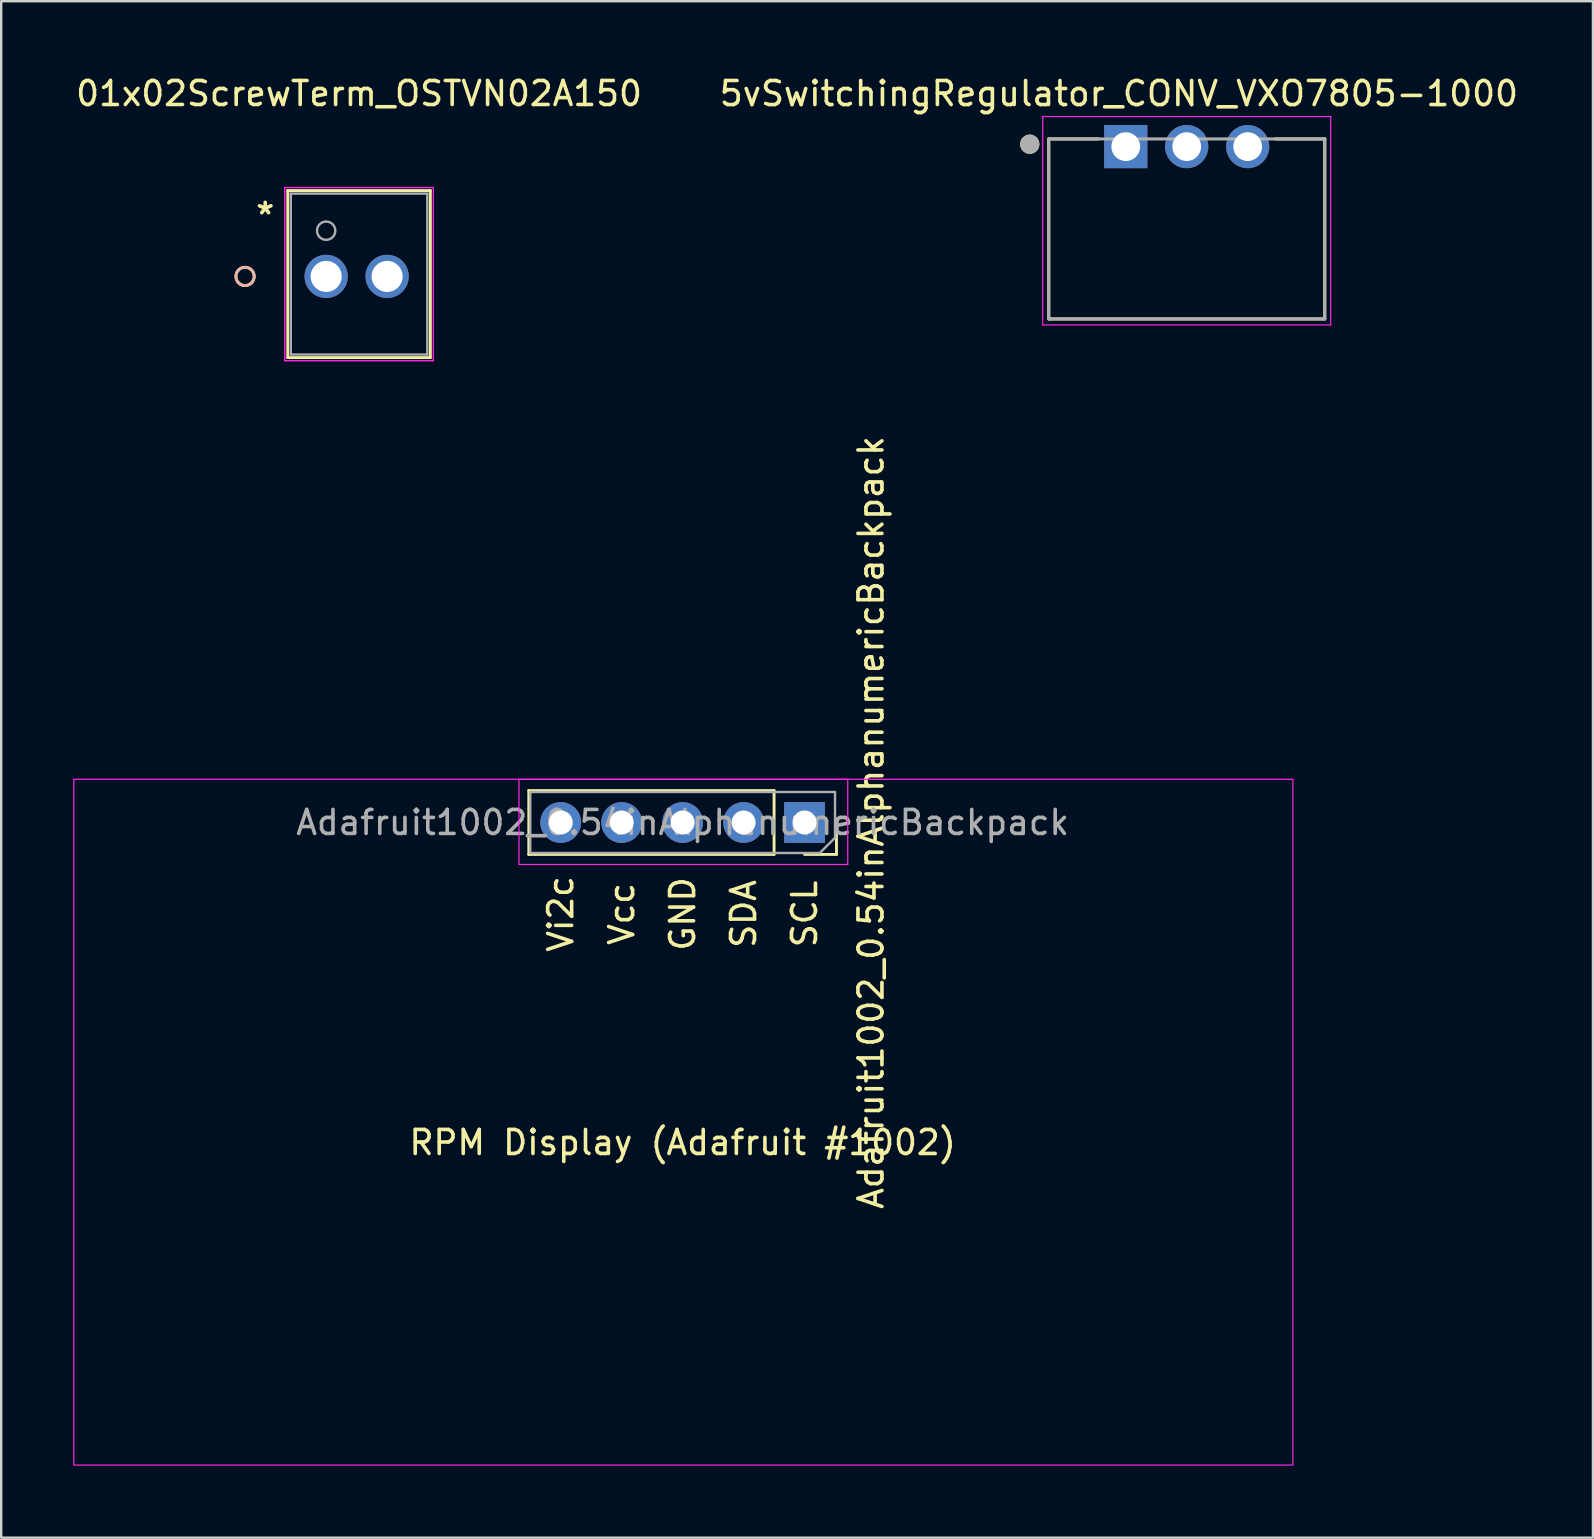
<source format=kicad_pcb>
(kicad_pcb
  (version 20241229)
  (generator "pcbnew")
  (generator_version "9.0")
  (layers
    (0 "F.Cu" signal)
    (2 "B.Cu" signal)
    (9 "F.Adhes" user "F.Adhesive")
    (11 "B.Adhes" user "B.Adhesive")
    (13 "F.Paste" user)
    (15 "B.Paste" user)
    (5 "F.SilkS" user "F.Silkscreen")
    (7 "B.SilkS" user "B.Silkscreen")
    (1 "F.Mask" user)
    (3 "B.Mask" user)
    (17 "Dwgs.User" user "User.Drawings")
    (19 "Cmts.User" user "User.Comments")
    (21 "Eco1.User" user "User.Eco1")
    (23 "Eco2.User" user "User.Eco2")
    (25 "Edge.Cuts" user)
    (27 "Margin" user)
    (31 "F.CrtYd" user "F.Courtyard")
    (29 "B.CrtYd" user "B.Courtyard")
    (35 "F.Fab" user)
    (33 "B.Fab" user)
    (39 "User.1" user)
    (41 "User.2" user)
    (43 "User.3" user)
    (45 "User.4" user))
  (footprint "01x02ScrewTerm_OSTVN02A150"
    (layer "F.Cu")
    (at 10.541 8.468)
    (property "Reference" "01x02ScrewTerm_OSTVN02A150" (at 1.37 -7.62 0) (layer "F.SilkS") (effects (font (size 1 1) (thickness 0.15))))
    (attr through_hole)
    (fp_line (start -1.602 -3.577) (end -1.602 3.383) (stroke (width 0.12) (type solid)) (layer "F.SilkS"))
    (fp_line (start -1.602 3.383) (end 4.342 3.383) (stroke (width 0.12) (type solid)) (layer "F.SilkS"))
    (fp_line (start 4.342 -3.577) (end -1.602 -3.577) (stroke (width 0.12) (type solid)) (layer "F.SilkS"))
    (fp_line (start 4.342 3.383) (end 4.342 -3.577) (stroke (width 0.12) (type solid)) (layer "F.SilkS"))
    (fp_circle (center -3.38 0) (end -2.999 0) (stroke (width 0.12) (type solid)) (fill no) (layer "F.SilkS"))
    (fp_circle (center -3.38 0) (end -2.999 0) (stroke (width 0.12) (type solid)) (fill no) (layer "B.SilkS"))
    (fp_line (start -1.729 -3.704) (end -1.729 3.51) (stroke (width 0.05) (type solid)) (layer "F.CrtYd"))
    (fp_line (start -1.729 -3.704) (end -1.729 3.51) (stroke (width 0.05) (type solid)) (layer "F.CrtYd"))
    (fp_line (start -1.729 3.51) (end 4.469 3.51) (stroke (width 0.05) (type solid)) (layer "F.CrtYd"))
    (fp_line (start -1.729 3.51) (end 4.469 3.51) (stroke (width 0.05) (type solid)) (layer "F.CrtYd"))
    (fp_line (start 4.469 -3.704) (end -1.729 -3.704) (stroke (width 0.05) (type solid)) (layer "F.CrtYd"))
    (fp_line (start 4.469 -3.704) (end -1.729 -3.704) (stroke (width 0.05) (type solid)) (layer "F.CrtYd"))
    (fp_line (start 4.469 3.51) (end 4.469 -3.704) (stroke (width 0.05) (type solid)) (layer "F.CrtYd"))
    (fp_line (start 4.469 3.51) (end 4.469 -3.704) (stroke (width 0.05) (type solid)) (layer "F.CrtYd"))
    (fp_line (start -1.475 -3.45) (end -1.475 3.256) (stroke (width 0.1) (type solid)) (layer "F.Fab"))
    (fp_line (start -1.475 3.256) (end 4.215 3.256) (stroke (width 0.1) (type solid)) (layer "F.Fab"))
    (fp_line (start 4.215 -3.45) (end -1.475 -3.45) (stroke (width 0.1) (type solid)) (layer "F.Fab"))
    (fp_line (start 4.215 3.256) (end 4.215 -3.45) (stroke (width 0.1) (type solid)) (layer "F.Fab"))
    (fp_circle (center 0 -1.905) (end 0.381 -1.905) (stroke (width 0.1) (type solid)) (fill no) (layer "F.Fab"))
    (fp_text user "*" (at -2.54 -2.54 0) (layer "F.SilkS") (effects (font (size 1 1) (thickness 0.15))))
    (fp_text user "Copyright 2021 Accelerated Designs. All rights reserved." (at 0 0 0) (layer "Cmts.User") (effects (font (size 0.127 0.127) (thickness 0.002))))
    (fp_text user "*" (at 0 0 0) (layer "F.Fab") (effects (font (size 1 1) (thickness 0.15))))
    (pad "1" thru_hole circle (at 0 0) (size 1.803 1.803) (drill 1.295) (layers "*.Cu" "*.Mask"))
    (pad "2" thru_hole circle (at 2.54 0) (size 1.803 1.803) (drill 1.295) (layers "*.Cu" "*.Mask")))
  (footprint "Adafruit1002_0.54inAlphanumericBackpack"
    (layer "F.Cu")
    (at 30.475 31.223)
    (property "Reference" "Adafruit1002_0.54inAlphanumericBackpack" (at 2.77 0 270) (layer "F.SilkS") (effects (font (size 1 1) (thickness 0.15))))
    (attr through_hole)
    (fp_line (start -11.49 -1.33) (end -11.49 1.33) (stroke (width 0.12) (type solid)) (layer "F.SilkS"))
    (fp_line (start -1.27 -1.33) (end -11.49 -1.33) (stroke (width 0.12) (type solid)) (layer "F.SilkS"))
    (fp_line (start -1.27 -1.33) (end -1.27 1.33) (stroke (width 0.12) (type solid)) (layer "F.SilkS"))
    (fp_line (start -1.27 1.33) (end -11.49 1.33) (stroke (width 0.12) (type solid)) (layer "F.SilkS"))
    (fp_line (start 1.33 0) (end 1.33 1.33) (stroke (width 0.12) (type solid)) (layer "F.SilkS"))
    (fp_line (start 1.33 1.33) (end 0 1.33) (stroke (width 0.12) (type solid)) (layer "F.SilkS"))
    (fp_line (start -11.9 -1.8) (end 1.8 -1.8) (stroke (width 0.05) (type solid)) (layer "F.CrtYd"))
    (fp_line (start -11.9 1.75) (end -11.9 -1.8) (stroke (width 0.05) (type solid)) (layer "F.CrtYd"))
    (fp_line (start 1.8 -1.8) (end 1.8 1.75) (stroke (width 0.05) (type solid)) (layer "F.CrtYd"))
    (fp_line (start 1.8 1.75) (end -11.9 1.75) (stroke (width 0.05) (type solid)) (layer "F.CrtYd"))
    (fp_rect (start -30.45 -1.8) (end 20.35 26.775) (stroke (width 0.05) (type solid)) (fill no) (layer "F.CrtYd"))
    (fp_line (start -11.43 -1.27) (end 1.27 -1.27) (stroke (width 0.1) (type solid)) (layer "F.Fab"))
    (fp_line (start -11.43 1.27) (end -11.43 -1.27) (stroke (width 0.1) (type solid)) (layer "F.Fab"))
    (fp_line (start 0.635 1.27) (end -11.43 1.27) (stroke (width 0.1) (type solid)) (layer "F.Fab"))
    (fp_line (start 1.27 -1.27) (end 1.27 0.635) (stroke (width 0.1) (type solid)) (layer "F.Fab"))
    (fp_line (start 1.27 0.635) (end 0.635 1.27) (stroke (width 0.1) (type solid)) (layer "F.Fab"))
    (fp_text user "RPM Display (Adafruit #1002)" (at -5.08 13.335 0) (unlocked yes) (layer "F.SilkS") (effects (font (size 1 1) (thickness 0.15))))
    (fp_text user "SDA" (at -2.54 3.81 90) (unlocked yes) (layer "F.SilkS") (effects (font (size 1 1) (thickness 0.15))))
    (fp_text user "Vi2c" (at -10.16 3.81 90) (unlocked yes) (layer "F.SilkS") (effects (font (size 1 1) (thickness 0.15))))
    (fp_text user "SCL" (at 0 3.81 90) (unlocked yes) (layer "F.SilkS") (effects (font (size 1 1) (thickness 0.15))))
    (fp_text user "Vcc" (at -7.62 3.81 90) (unlocked yes) (layer "F.SilkS") (effects (font (size 1 1) (thickness 0.15))))
    (fp_text user "GND" (at -5.08 3.81 90) (unlocked yes) (layer "F.SilkS") (effects (font (size 1 1) (thickness 0.15))))
    (fp_text user "${REFERENCE}" (at -5.08 0 0) (layer "F.Fab") (effects (font (size 1 1) (thickness 0.15))))
    (pad "1" thru_hole rect (at 0 0 270) (size 1.7 1.7) (drill 1) (layers "*.Cu" "*.Mask"))
    (pad "2" thru_hole oval (at -2.54 0 270) (size 1.7 1.7) (drill 1) (layers "*.Cu" "*.Mask"))
    (pad "3" thru_hole oval (at -5.08 0 270) (size 1.7 1.7) (drill 1) (layers "*.Cu" "*.Mask"))
    (pad "4" thru_hole oval (at -7.62 0 270) (size 1.7 1.7) (drill 1) (layers "*.Cu" "*.Mask"))
    (pad "5" thru_hole oval (at -10.16 0 270) (size 1.7 1.7) (drill 1) (layers "*.Cu" "*.Mask")))
  (footprint "5vSwitchingRegulator_CONV_VXO7805-1000"
    (layer "F.Cu")
    (at 43.86 3.059)
    (property "Reference" "5vSwitchingRegulator_CONV_VXO7805-1000" (at -0.286 -2.209 0) (layer "F.SilkS") (effects (font (size 1.002 1.002) (thickness 0.15))))
    (attr through_hole)
    (fp_line (start -3.21 -0.32) (end -1.154 -0.32) (stroke (width 0.127) (type solid)) (layer "F.SilkS"))
    (fp_line (start -3.21 7.18) (end -3.21 -0.32) (stroke (width 0.127) (type solid)) (layer "F.SilkS"))
    (fp_line (start 8.29 -0.32) (end 6.234 -0.32) (stroke (width 0.127) (type solid)) (layer "F.SilkS"))
    (fp_line (start 8.29 -0.32) (end 8.29 7.18) (stroke (width 0.127) (type solid)) (layer "F.SilkS"))
    (fp_line (start 8.29 7.18) (end -3.21 7.18) (stroke (width 0.127) (type solid)) (layer "F.SilkS"))
    (fp_circle (center -4 -0.1) (end -3.8 -0.1) (stroke (width 0.4) (type solid)) (fill no) (layer "F.SilkS"))
    (fp_line (start -3.46 -1.254) (end 8.54 -1.254) (stroke (width 0.05) (type solid)) (layer "F.CrtYd"))
    (fp_line (start -3.46 7.43) (end -3.46 -1.254) (stroke (width 0.05) (type solid)) (layer "F.CrtYd"))
    (fp_line (start 8.54 -1.254) (end 8.54 7.43) (stroke (width 0.05) (type solid)) (layer "F.CrtYd"))
    (fp_line (start 8.54 7.43) (end -3.46 7.43) (stroke (width 0.05) (type solid)) (layer "F.CrtYd"))
    (fp_line (start -3.21 -0.32) (end 8.29 -0.32) (stroke (width 0.127) (type solid)) (layer "F.Fab"))
    (fp_line (start -3.21 7.18) (end -3.21 -0.32) (stroke (width 0.127) (type solid)) (layer "F.Fab"))
    (fp_line (start 8.29 -0.32) (end 8.29 7.18) (stroke (width 0.127) (type solid)) (layer "F.Fab"))
    (fp_line (start 8.29 7.18) (end -3.21 7.18) (stroke (width 0.127) (type solid)) (layer "F.Fab"))
    (fp_circle (center -4 -0.1) (end -3.8 -0.1) (stroke (width 0.4) (type solid)) (fill no) (layer "F.Fab"))
    (fp_circle (center 0.01 -0.01) (end 0.21 -0.01) (stroke (width 0.4) (type solid)) (fill no) (layer "F.Fab"))
    (pad "1" thru_hole rect (at 0 0) (size 1.8 1.8) (drill 1.2) (layers "*.Cu" "*.Mask"))
    (pad "2" thru_hole circle (at 2.54 0) (size 1.8 1.8) (drill 1.2) (layers "*.Cu" "*.Mask"))
    (pad "3" thru_hole circle (at 5.08 0) (size 1.8 1.8) (drill 1.2) (layers "*.Cu" "*.Mask")))
  (gr_rect
    (start -3 -3)
    (end 63.327 61.023)
    (stroke (width 0.1) (type default))
    (fill no)
    (layer "Edge.Cuts")))
</source>
